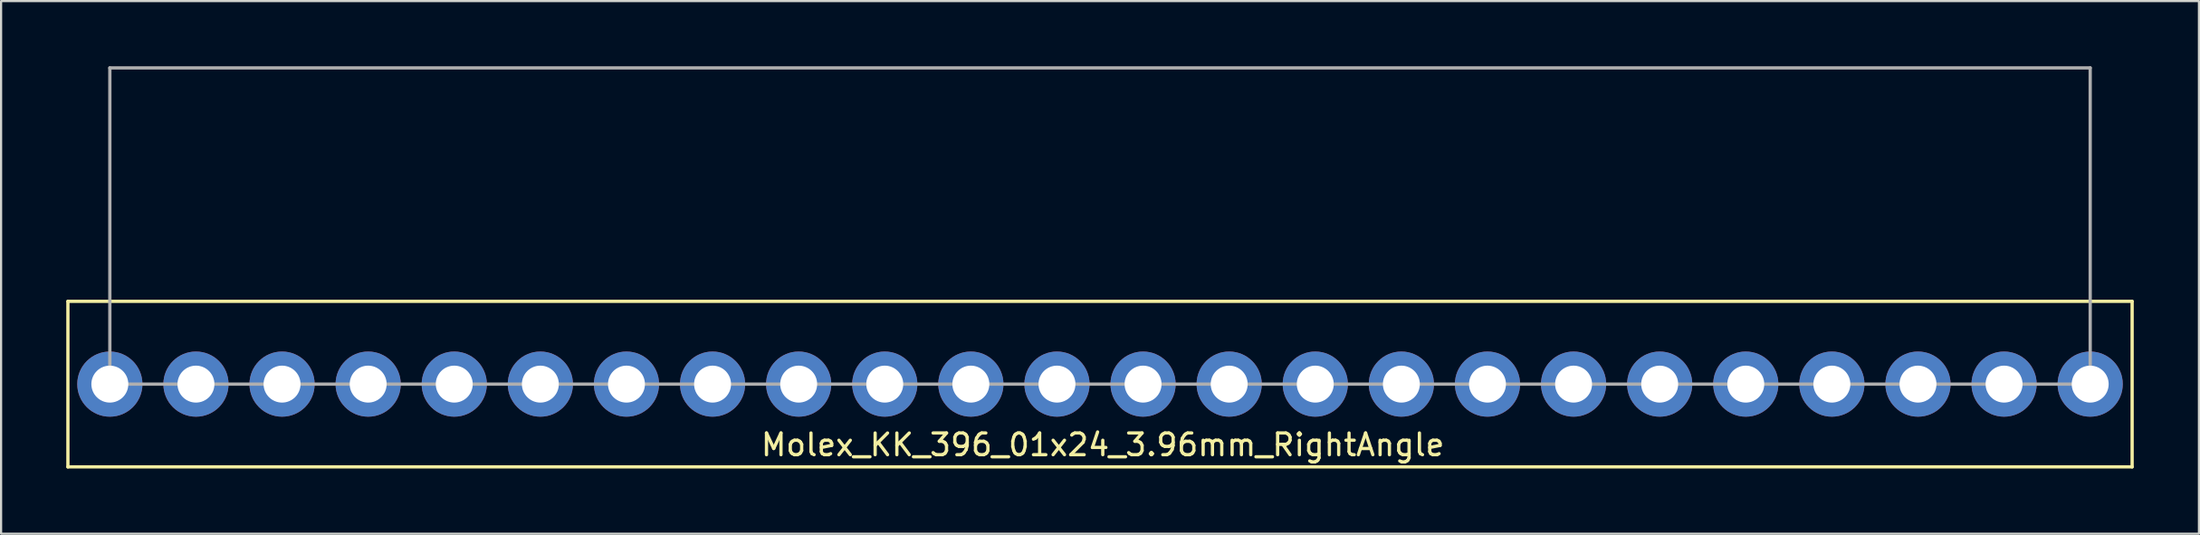
<source format=kicad_pcb>
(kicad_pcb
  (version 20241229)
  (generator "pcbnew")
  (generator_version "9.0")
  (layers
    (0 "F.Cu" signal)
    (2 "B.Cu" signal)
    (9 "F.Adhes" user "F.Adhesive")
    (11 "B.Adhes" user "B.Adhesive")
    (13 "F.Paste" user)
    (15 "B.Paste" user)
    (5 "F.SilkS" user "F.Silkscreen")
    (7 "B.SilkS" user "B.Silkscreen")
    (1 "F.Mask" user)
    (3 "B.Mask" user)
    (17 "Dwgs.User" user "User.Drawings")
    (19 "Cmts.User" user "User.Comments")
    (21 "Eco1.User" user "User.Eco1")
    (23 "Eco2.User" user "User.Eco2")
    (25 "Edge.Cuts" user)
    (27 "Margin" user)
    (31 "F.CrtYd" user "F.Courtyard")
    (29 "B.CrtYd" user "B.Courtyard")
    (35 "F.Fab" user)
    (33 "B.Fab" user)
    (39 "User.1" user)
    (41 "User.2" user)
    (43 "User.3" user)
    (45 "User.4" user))
  (footprint "Molex_KK_396_01x24_3.96mm_RightAngle"
    (layer "F.Cu")
    (at 47.573 14.629)
    (property "Reference" "Molex_KK_396_01x24_3.96mm_RightAngle" (at 0.127 2.794 0) (layer "F.SilkS") (effects (font (size 1 1) (thickness 0.15))))
    (attr through_hole)
    (fp_line (start -47.498 -3.81) (end 47.498 -3.81) (stroke (width 0.15) (type solid)) (layer "F.SilkS"))
    (fp_line (start -47.498 3.81) (end -47.498 -3.81) (stroke (width 0.15) (type solid)) (layer "F.SilkS"))
    (fp_line (start 47.498 -3.81) (end 47.498 3.81) (stroke (width 0.15) (type solid)) (layer "F.SilkS"))
    (fp_line (start 47.498 3.81) (end -47.498 3.81) (stroke (width 0.15) (type solid)) (layer "F.SilkS"))
    (fp_line (start -45.568 -14.554) (end 45.568 -14.554) (stroke (width 0.15) (type solid)) (layer "F.Fab"))
    (fp_line (start -45.568 0) (end -45.568 -14.554) (stroke (width 0.15) (type solid)) (layer "F.Fab"))
    (fp_line (start 45.568 -14.554) (end 45.568 0) (stroke (width 0.15) (type solid)) (layer "F.Fab"))
    (fp_line (start 45.568 0) (end -45.568 0) (stroke (width 0.15) (type solid)) (layer "F.Fab"))
    (pad "1" thru_hole circle (at -45.568 0) (size 3 3) (drill 1.7) (layers "*.Cu" "*.Mask"))
    (pad "2" thru_hole circle (at -41.605 0) (size 3 3) (drill 1.7) (layers "*.Cu" "*.Mask"))
    (pad "3" thru_hole circle (at -37.643 0) (size 3 3) (drill 1.7) (layers "*.Cu" "*.Mask"))
    (pad "4" thru_hole circle (at -33.68 0) (size 3 3) (drill 1.7) (layers "*.Cu" "*.Mask"))
    (pad "5" thru_hole circle (at -29.718 0) (size 3 3) (drill 1.7) (layers "*.Cu" "*.Mask"))
    (pad "6" thru_hole circle (at -25.756 0) (size 3 3) (drill 1.7) (layers "*.Cu" "*.Mask"))
    (pad "7" thru_hole circle (at -21.793 0) (size 3 3) (drill 1.7) (layers "*.Cu" "*.Mask"))
    (pad "8" thru_hole circle (at -17.831 0) (size 3 3) (drill 1.7) (layers "*.Cu" "*.Mask"))
    (pad "9" thru_hole circle (at -13.868 0) (size 3 3) (drill 1.7) (layers "*.Cu" "*.Mask"))
    (pad "10" thru_hole circle (at -9.906 0) (size 3 3) (drill 1.7) (layers "*.Cu" "*.Mask"))
    (pad "11" thru_hole circle (at -5.944 0) (size 3 3) (drill 1.7) (layers "*.Cu" "*.Mask"))
    (pad "12" thru_hole circle (at -1.981 0) (size 3 3) (drill 1.7) (layers "*.Cu" "*.Mask"))
    (pad "13" thru_hole circle (at 1.981 0) (size 3 3) (drill 1.7) (layers "*.Cu" "*.Mask"))
    (pad "14" thru_hole circle (at 5.944 0) (size 3 3) (drill 1.7) (layers "*.Cu" "*.Mask"))
    (pad "15" thru_hole circle (at 9.906 0) (size 3 3) (drill 1.7) (layers "*.Cu" "*.Mask"))
    (pad "16" thru_hole circle (at 13.868 0) (size 3 3) (drill 1.7) (layers "*.Cu" "*.Mask"))
    (pad "17" thru_hole circle (at 17.831 0) (size 3 3) (drill 1.7) (layers "*.Cu" "*.Mask"))
    (pad "18" thru_hole circle (at 21.793 0) (size 3 3) (drill 1.7) (layers "*.Cu" "*.Mask"))
    (pad "19" thru_hole circle (at 25.756 0) (size 3 3) (drill 1.7) (layers "*.Cu" "*.Mask"))
    (pad "20" thru_hole circle (at 29.718 0) (size 3 3) (drill 1.7) (layers "*.Cu" "*.Mask"))
    (pad "21" thru_hole circle (at 33.68 0) (size 3 3) (drill 1.7) (layers "*.Cu" "*.Mask"))
    (pad "22" thru_hole circle (at 37.643 0) (size 3 3) (drill 1.7) (layers "*.Cu" "*.Mask"))
    (pad "23" thru_hole circle (at 41.605 0) (size 3 3) (drill 1.7) (layers "*.Cu" "*.Mask"))
    (pad "24" thru_hole circle (at 45.568 0) (size 3 3) (drill 1.7) (layers "*.Cu" "*.Mask")))
  (gr_rect
    (start -3 -3)
    (end 98.146 21.514)
    (stroke (width 0.1) (type default))
    (fill no)
    (layer "Edge.Cuts")))
</source>
